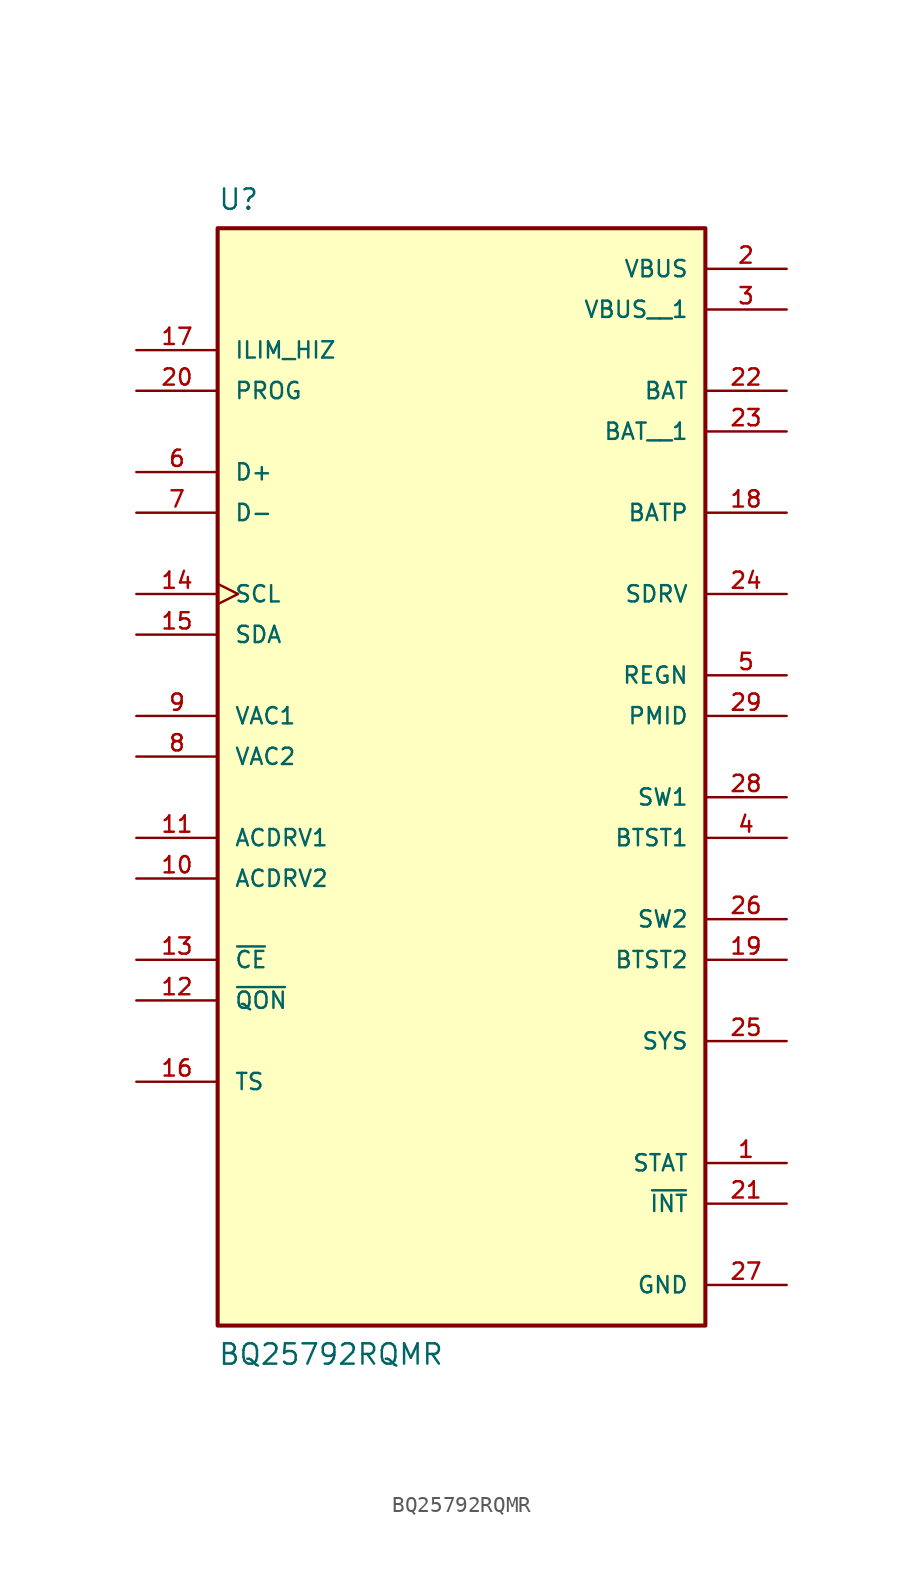
<source format=kicad_sym>
(kicad_symbol_lib
  (version 20231120)
  (generator "kicad_symbol_editor")
  (generator_version "8.0")
  (symbol "BQ25792RQMR"
    (pin_names
      (offset 1.016))
    (property "Reference" "U"
      (at -15.24 35.56 0)
      (effects (font (size 1.27 1.27)) (justify left top)))
    (property "Value" "BQ25792RQMR"
      (at -15.24 -38.1 0)
      (effects (font (size 1.27 1.27)) (justify left bottom)))
    (symbol "BQ25792RQMR_0_0"
      (rectangle (start -15.24 -35.56) (end 15.24 33.02) (stroke (width 0.254) (type default)) (fill (type background)))
      (pin output line (at 20.32 -25.4 180) (length 5.08) (name "STAT" (effects (font (size 1.016 1.016)))) (number "1" (effects (font (size 1.016 1.016)))))
      (pin power_in line (at -20.32 -7.62 0) (length 5.08) (name "ACDRV2" (effects (font (size 1.016 1.016)))) (number "10" (effects (font (size 1.016 1.016)))))
      (pin power_in line (at -20.32 -5.08 0) (length 5.08) (name "ACDRV1" (effects (font (size 1.016 1.016)))) (number "11" (effects (font (size 1.016 1.016)))))
      (pin input line (at -20.32 -15.24 0) (length 5.08) (name "~{QON}" (effects (font (size 1.016 1.016)))) (number "12" (effects (font (size 1.016 1.016)))))
      (pin input line (at -20.32 -12.7 0) (length 5.08) (name "~{CE}" (effects (font (size 1.016 1.016)))) (number "13" (effects (font (size 1.016 1.016)))))
      (pin input clock (at -20.32 10.16 0) (length 5.08) (name "SCL" (effects (font (size 1.016 1.016)))) (number "14" (effects (font (size 1.016 1.016)))))
      (pin bidirectional line (at -20.32 7.62 0) (length 5.08) (name "SDA" (effects (font (size 1.016 1.016)))) (number "15" (effects (font (size 1.016 1.016)))))
      (pin input line (at -20.32 -20.32 0) (length 5.08) (name "TS" (effects (font (size 1.016 1.016)))) (number "16" (effects (font (size 1.016 1.016)))))
      (pin input line (at -20.32 25.4 0) (length 5.08) (name "ILIM_HIZ" (effects (font (size 1.016 1.016)))) (number "17" (effects (font (size 1.016 1.016)))))
      (pin power_in line (at 20.32 15.24 180) (length 5.08) (name "BATP" (effects (font (size 1.016 1.016)))) (number "18" (effects (font (size 1.016 1.016)))))
      (pin power_in line (at 20.32 -12.7 180) (length 5.08) (name "BTST2" (effects (font (size 1.016 1.016)))) (number "19" (effects (font (size 1.016 1.016)))))
      (pin power_in line (at 20.32 30.48 180) (length 5.08) (name "VBUS" (effects (font (size 1.016 1.016)))) (number "2" (effects (font (size 1.016 1.016)))))
      (pin input line (at -20.32 22.86 0) (length 5.08) (name "PROG" (effects (font (size 1.016 1.016)))) (number "20" (effects (font (size 1.016 1.016)))))
      (pin output line (at 20.32 -27.94 180) (length 5.08) (name "~{INT}" (effects (font (size 1.016 1.016)))) (number "21" (effects (font (size 1.016 1.016)))))
      (pin power_in line (at 20.32 22.86 180) (length 5.08) (name "BAT" (effects (font (size 1.016 1.016)))) (number "22" (effects (font (size 1.016 1.016)))))
      (pin power_in line (at 20.32 20.32 180) (length 5.08) (name "BAT__1" (effects (font (size 1.016 1.016)))) (number "23" (effects (font (size 1.016 1.016)))))
      (pin power_in line (at 20.32 10.16 180) (length 5.08) (name "SDRV" (effects (font (size 1.016 1.016)))) (number "24" (effects (font (size 1.016 1.016)))))
      (pin power_in line (at 20.32 -17.78 180) (length 5.08) (name "SYS" (effects (font (size 1.016 1.016)))) (number "25" (effects (font (size 1.016 1.016)))))
      (pin power_in line (at 20.32 -10.16 180) (length 5.08) (name "SW2" (effects (font (size 1.016 1.016)))) (number "26" (effects (font (size 1.016 1.016)))))
      (pin power_in line (at 20.32 -33.02 180) (length 5.08) (name "GND" (effects (font (size 1.016 1.016)))) (number "27" (effects (font (size 1.016 1.016)))))
      (pin power_in line (at 20.32 -2.54 180) (length 5.08) (name "SW1" (effects (font (size 1.016 1.016)))) (number "28" (effects (font (size 1.016 1.016)))))
      (pin power_in line (at 20.32 2.54 180) (length 5.08) (name "PMID" (effects (font (size 1.016 1.016)))) (number "29" (effects (font (size 1.016 1.016)))))
      (pin power_in line (at 20.32 27.94 180) (length 5.08) (name "VBUS__1" (effects (font (size 1.016 1.016)))) (number "3" (effects (font (size 1.016 1.016)))))
      (pin power_in line (at 20.32 -5.08 180) (length 5.08) (name "BTST1" (effects (font (size 1.016 1.016)))) (number "4" (effects (font (size 1.016 1.016)))))
      (pin power_in line (at 20.32 5.08 180) (length 5.08) (name "REGN" (effects (font (size 1.016 1.016)))) (number "5" (effects (font (size 1.016 1.016)))))
      (pin bidirectional line (at -20.32 17.78 0) (length 5.08) (name "D+" (effects (font (size 1.016 1.016)))) (number "6" (effects (font (size 1.016 1.016)))))
      (pin bidirectional line (at -20.32 15.24 0) (length 5.08) (name "D-" (effects (font (size 1.016 1.016)))) (number "7" (effects (font (size 1.016 1.016)))))
      (pin power_in line (at -20.32 0 0) (length 5.08) (name "VAC2" (effects (font (size 1.016 1.016)))) (number "8" (effects (font (size 1.016 1.016)))))
      (pin power_in line (at -20.32 2.54 0) (length 5.08) (name "VAC1" (effects (font (size 1.016 1.016)))) (number "9" (effects (font (size 1.016 1.016))))))))
</source>
